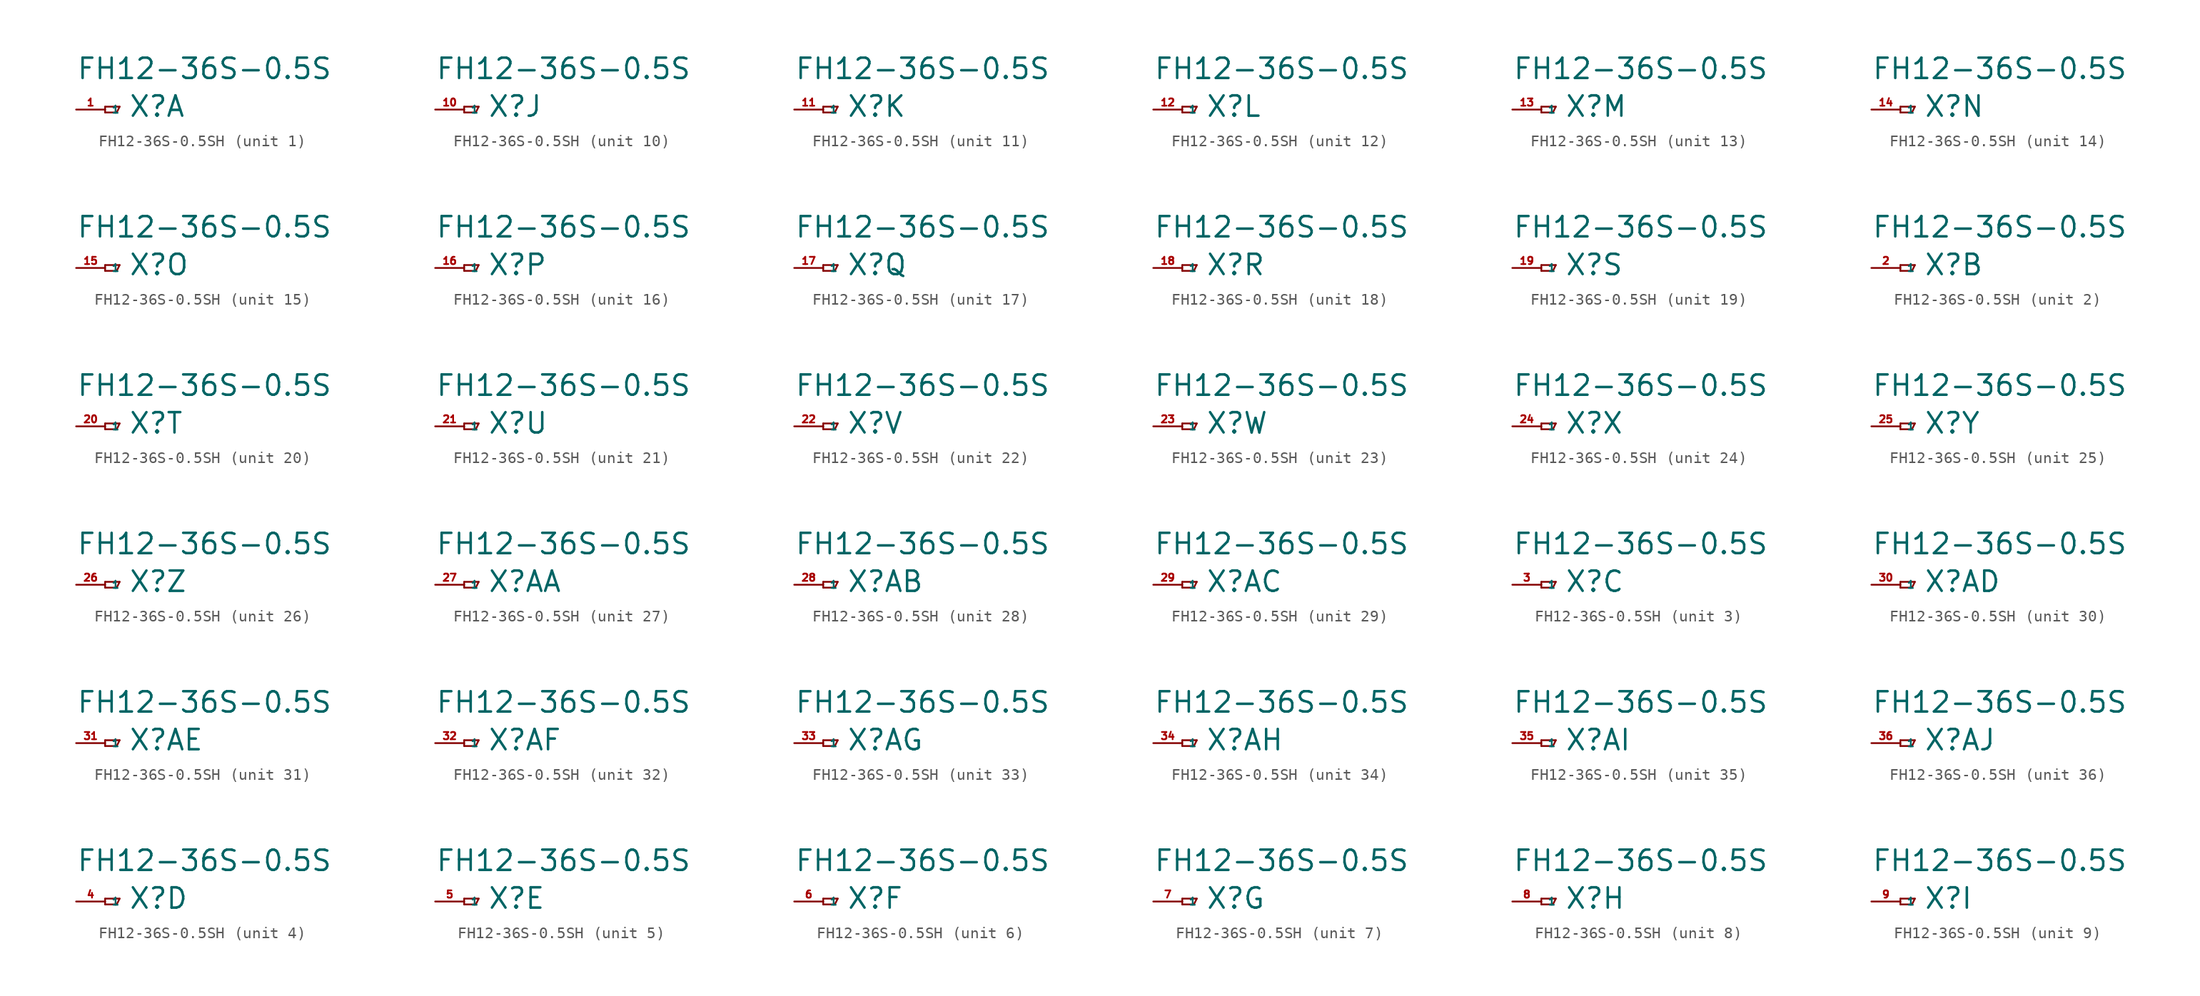
<source format=kicad_sym>
(kicad_symbol_lib
  (version 20220914)
  (generator Eagle2Kicad)
  (symbol "FH12-36S-0.5SH"
    (property "Reference" "X"
      (at 2.032 -0.762 0)
      (effects (font (size 1.778 1.778) (thickness 0.22)) (justify left bottom)))
    (property "Value" "FH12-36S-0.5S"
      (at -2.54 2.54 0)
      (effects (font (size 1.778 1.778) (thickness 0.22)) (justify left bottom)))
    (symbol "FH12-36S-0.5SH_1_0"
      (polyline (pts (xy 0 0.254) (xy 0 -0.254)) (stroke (width 0.152) (type default)) (fill (type none)))
      (polyline (pts (xy 0 -0.254) (xy 1.016 -0.254)) (stroke (width 0.152) (type default)) (fill (type none)))
      (polyline (pts (xy 1.016 -0.254) (xy 1.27 0.254)) (stroke (width 0.152) (type default)) (fill (type none)))
      (polyline (pts (xy 1.27 0.254) (xy 0 0.254)) (stroke (width 0.152) (type default)) (fill (type none)))
      (pin passive line (at -2.54 0 0) (length 2.54) (name "1" (effects (font (size 0.635 0.635) (thickness 0.08)) (justify left bottom))) (number "1" (effects (font (size 0.635 0.635) (thickness 0.08)) (justify left bottom)))))
    (symbol "FH12-36S-0.5SH_2_0"
      (polyline (pts (xy 0 0.254) (xy 0 -0.254)) (stroke (width 0.152) (type default)) (fill (type none)))
      (polyline (pts (xy 0 -0.254) (xy 1.016 -0.254)) (stroke (width 0.152) (type default)) (fill (type none)))
      (polyline (pts (xy 1.016 -0.254) (xy 1.27 0.254)) (stroke (width 0.152) (type default)) (fill (type none)))
      (polyline (pts (xy 1.27 0.254) (xy 0 0.254)) (stroke (width 0.152) (type default)) (fill (type none)))
      (pin passive line (at -2.54 0 0) (length 2.54) (name "1" (effects (font (size 0.635 0.635) (thickness 0.08)) (justify left bottom))) (number "2" (effects (font (size 0.635 0.635) (thickness 0.08)) (justify left bottom)))))
    (symbol "FH12-36S-0.5SH_3_0"
      (polyline (pts (xy 0 0.254) (xy 0 -0.254)) (stroke (width 0.152) (type default)) (fill (type none)))
      (polyline (pts (xy 0 -0.254) (xy 1.016 -0.254)) (stroke (width 0.152) (type default)) (fill (type none)))
      (polyline (pts (xy 1.016 -0.254) (xy 1.27 0.254)) (stroke (width 0.152) (type default)) (fill (type none)))
      (polyline (pts (xy 1.27 0.254) (xy 0 0.254)) (stroke (width 0.152) (type default)) (fill (type none)))
      (pin passive line (at -2.54 0 0) (length 2.54) (name "1" (effects (font (size 0.635 0.635) (thickness 0.08)) (justify left bottom))) (number "3" (effects (font (size 0.635 0.635) (thickness 0.08)) (justify left bottom)))))
    (symbol "FH12-36S-0.5SH_4_0"
      (polyline (pts (xy 0 0.254) (xy 0 -0.254)) (stroke (width 0.152) (type default)) (fill (type none)))
      (polyline (pts (xy 0 -0.254) (xy 1.016 -0.254)) (stroke (width 0.152) (type default)) (fill (type none)))
      (polyline (pts (xy 1.016 -0.254) (xy 1.27 0.254)) (stroke (width 0.152) (type default)) (fill (type none)))
      (polyline (pts (xy 1.27 0.254) (xy 0 0.254)) (stroke (width 0.152) (type default)) (fill (type none)))
      (pin passive line (at -2.54 0 0) (length 2.54) (name "1" (effects (font (size 0.635 0.635) (thickness 0.08)) (justify left bottom))) (number "4" (effects (font (size 0.635 0.635) (thickness 0.08)) (justify left bottom)))))
    (symbol "FH12-36S-0.5SH_5_0"
      (polyline (pts (xy 0 0.254) (xy 0 -0.254)) (stroke (width 0.152) (type default)) (fill (type none)))
      (polyline (pts (xy 0 -0.254) (xy 1.016 -0.254)) (stroke (width 0.152) (type default)) (fill (type none)))
      (polyline (pts (xy 1.016 -0.254) (xy 1.27 0.254)) (stroke (width 0.152) (type default)) (fill (type none)))
      (polyline (pts (xy 1.27 0.254) (xy 0 0.254)) (stroke (width 0.152) (type default)) (fill (type none)))
      (pin passive line (at -2.54 0 0) (length 2.54) (name "1" (effects (font (size 0.635 0.635) (thickness 0.08)) (justify left bottom))) (number "5" (effects (font (size 0.635 0.635) (thickness 0.08)) (justify left bottom)))))
    (symbol "FH12-36S-0.5SH_6_0"
      (polyline (pts (xy 0 0.254) (xy 0 -0.254)) (stroke (width 0.152) (type default)) (fill (type none)))
      (polyline (pts (xy 0 -0.254) (xy 1.016 -0.254)) (stroke (width 0.152) (type default)) (fill (type none)))
      (polyline (pts (xy 1.016 -0.254) (xy 1.27 0.254)) (stroke (width 0.152) (type default)) (fill (type none)))
      (polyline (pts (xy 1.27 0.254) (xy 0 0.254)) (stroke (width 0.152) (type default)) (fill (type none)))
      (pin passive line (at -2.54 0 0) (length 2.54) (name "1" (effects (font (size 0.635 0.635) (thickness 0.08)) (justify left bottom))) (number "6" (effects (font (size 0.635 0.635) (thickness 0.08)) (justify left bottom)))))
    (symbol "FH12-36S-0.5SH_7_0"
      (polyline (pts (xy 0 0.254) (xy 0 -0.254)) (stroke (width 0.152) (type default)) (fill (type none)))
      (polyline (pts (xy 0 -0.254) (xy 1.016 -0.254)) (stroke (width 0.152) (type default)) (fill (type none)))
      (polyline (pts (xy 1.016 -0.254) (xy 1.27 0.254)) (stroke (width 0.152) (type default)) (fill (type none)))
      (polyline (pts (xy 1.27 0.254) (xy 0 0.254)) (stroke (width 0.152) (type default)) (fill (type none)))
      (pin passive line (at -2.54 0 0) (length 2.54) (name "1" (effects (font (size 0.635 0.635) (thickness 0.08)) (justify left bottom))) (number "7" (effects (font (size 0.635 0.635) (thickness 0.08)) (justify left bottom)))))
    (symbol "FH12-36S-0.5SH_8_0"
      (polyline (pts (xy 0 0.254) (xy 0 -0.254)) (stroke (width 0.152) (type default)) (fill (type none)))
      (polyline (pts (xy 0 -0.254) (xy 1.016 -0.254)) (stroke (width 0.152) (type default)) (fill (type none)))
      (polyline (pts (xy 1.016 -0.254) (xy 1.27 0.254)) (stroke (width 0.152) (type default)) (fill (type none)))
      (polyline (pts (xy 1.27 0.254) (xy 0 0.254)) (stroke (width 0.152) (type default)) (fill (type none)))
      (pin passive line (at -2.54 0 0) (length 2.54) (name "1" (effects (font (size 0.635 0.635) (thickness 0.08)) (justify left bottom))) (number "8" (effects (font (size 0.635 0.635) (thickness 0.08)) (justify left bottom)))))
    (symbol "FH12-36S-0.5SH_9_0"
      (polyline (pts (xy 0 0.254) (xy 0 -0.254)) (stroke (width 0.152) (type default)) (fill (type none)))
      (polyline (pts (xy 0 -0.254) (xy 1.016 -0.254)) (stroke (width 0.152) (type default)) (fill (type none)))
      (polyline (pts (xy 1.016 -0.254) (xy 1.27 0.254)) (stroke (width 0.152) (type default)) (fill (type none)))
      (polyline (pts (xy 1.27 0.254) (xy 0 0.254)) (stroke (width 0.152) (type default)) (fill (type none)))
      (pin passive line (at -2.54 0 0) (length 2.54) (name "1" (effects (font (size 0.635 0.635) (thickness 0.08)) (justify left bottom))) (number "9" (effects (font (size 0.635 0.635) (thickness 0.08)) (justify left bottom)))))
    (symbol "FH12-36S-0.5SH_10_0"
      (polyline (pts (xy 0 0.254) (xy 0 -0.254)) (stroke (width 0.152) (type default)) (fill (type none)))
      (polyline (pts (xy 0 -0.254) (xy 1.016 -0.254)) (stroke (width 0.152) (type default)) (fill (type none)))
      (polyline (pts (xy 1.016 -0.254) (xy 1.27 0.254)) (stroke (width 0.152) (type default)) (fill (type none)))
      (polyline (pts (xy 1.27 0.254) (xy 0 0.254)) (stroke (width 0.152) (type default)) (fill (type none)))
      (pin passive line (at -2.54 0 0) (length 2.54) (name "1" (effects (font (size 0.635 0.635) (thickness 0.08)) (justify left bottom))) (number "10" (effects (font (size 0.635 0.635) (thickness 0.08)) (justify left bottom)))))
    (symbol "FH12-36S-0.5SH_11_0"
      (polyline (pts (xy 0 0.254) (xy 0 -0.254)) (stroke (width 0.152) (type default)) (fill (type none)))
      (polyline (pts (xy 0 -0.254) (xy 1.016 -0.254)) (stroke (width 0.152) (type default)) (fill (type none)))
      (polyline (pts (xy 1.016 -0.254) (xy 1.27 0.254)) (stroke (width 0.152) (type default)) (fill (type none)))
      (polyline (pts (xy 1.27 0.254) (xy 0 0.254)) (stroke (width 0.152) (type default)) (fill (type none)))
      (pin passive line (at -2.54 0 0) (length 2.54) (name "1" (effects (font (size 0.635 0.635) (thickness 0.08)) (justify left bottom))) (number "11" (effects (font (size 0.635 0.635) (thickness 0.08)) (justify left bottom)))))
    (symbol "FH12-36S-0.5SH_12_0"
      (polyline (pts (xy 0 0.254) (xy 0 -0.254)) (stroke (width 0.152) (type default)) (fill (type none)))
      (polyline (pts (xy 0 -0.254) (xy 1.016 -0.254)) (stroke (width 0.152) (type default)) (fill (type none)))
      (polyline (pts (xy 1.016 -0.254) (xy 1.27 0.254)) (stroke (width 0.152) (type default)) (fill (type none)))
      (polyline (pts (xy 1.27 0.254) (xy 0 0.254)) (stroke (width 0.152) (type default)) (fill (type none)))
      (pin passive line (at -2.54 0 0) (length 2.54) (name "1" (effects (font (size 0.635 0.635) (thickness 0.08)) (justify left bottom))) (number "12" (effects (font (size 0.635 0.635) (thickness 0.08)) (justify left bottom)))))
    (symbol "FH12-36S-0.5SH_13_0"
      (polyline (pts (xy 0 0.254) (xy 0 -0.254)) (stroke (width 0.152) (type default)) (fill (type none)))
      (polyline (pts (xy 0 -0.254) (xy 1.016 -0.254)) (stroke (width 0.152) (type default)) (fill (type none)))
      (polyline (pts (xy 1.016 -0.254) (xy 1.27 0.254)) (stroke (width 0.152) (type default)) (fill (type none)))
      (polyline (pts (xy 1.27 0.254) (xy 0 0.254)) (stroke (width 0.152) (type default)) (fill (type none)))
      (pin passive line (at -2.54 0 0) (length 2.54) (name "1" (effects (font (size 0.635 0.635) (thickness 0.08)) (justify left bottom))) (number "13" (effects (font (size 0.635 0.635) (thickness 0.08)) (justify left bottom)))))
    (symbol "FH12-36S-0.5SH_14_0"
      (polyline (pts (xy 0 0.254) (xy 0 -0.254)) (stroke (width 0.152) (type default)) (fill (type none)))
      (polyline (pts (xy 0 -0.254) (xy 1.016 -0.254)) (stroke (width 0.152) (type default)) (fill (type none)))
      (polyline (pts (xy 1.016 -0.254) (xy 1.27 0.254)) (stroke (width 0.152) (type default)) (fill (type none)))
      (polyline (pts (xy 1.27 0.254) (xy 0 0.254)) (stroke (width 0.152) (type default)) (fill (type none)))
      (pin passive line (at -2.54 0 0) (length 2.54) (name "1" (effects (font (size 0.635 0.635) (thickness 0.08)) (justify left bottom))) (number "14" (effects (font (size 0.635 0.635) (thickness 0.08)) (justify left bottom)))))
    (symbol "FH12-36S-0.5SH_15_0"
      (polyline (pts (xy 0 0.254) (xy 0 -0.254)) (stroke (width 0.152) (type default)) (fill (type none)))
      (polyline (pts (xy 0 -0.254) (xy 1.016 -0.254)) (stroke (width 0.152) (type default)) (fill (type none)))
      (polyline (pts (xy 1.016 -0.254) (xy 1.27 0.254)) (stroke (width 0.152) (type default)) (fill (type none)))
      (polyline (pts (xy 1.27 0.254) (xy 0 0.254)) (stroke (width 0.152) (type default)) (fill (type none)))
      (pin passive line (at -2.54 0 0) (length 2.54) (name "1" (effects (font (size 0.635 0.635) (thickness 0.08)) (justify left bottom))) (number "15" (effects (font (size 0.635 0.635) (thickness 0.08)) (justify left bottom)))))
    (symbol "FH12-36S-0.5SH_16_0"
      (polyline (pts (xy 0 0.254) (xy 0 -0.254)) (stroke (width 0.152) (type default)) (fill (type none)))
      (polyline (pts (xy 0 -0.254) (xy 1.016 -0.254)) (stroke (width 0.152) (type default)) (fill (type none)))
      (polyline (pts (xy 1.016 -0.254) (xy 1.27 0.254)) (stroke (width 0.152) (type default)) (fill (type none)))
      (polyline (pts (xy 1.27 0.254) (xy 0 0.254)) (stroke (width 0.152) (type default)) (fill (type none)))
      (pin passive line (at -2.54 0 0) (length 2.54) (name "1" (effects (font (size 0.635 0.635) (thickness 0.08)) (justify left bottom))) (number "16" (effects (font (size 0.635 0.635) (thickness 0.08)) (justify left bottom)))))
    (symbol "FH12-36S-0.5SH_17_0"
      (polyline (pts (xy 0 0.254) (xy 0 -0.254)) (stroke (width 0.152) (type default)) (fill (type none)))
      (polyline (pts (xy 0 -0.254) (xy 1.016 -0.254)) (stroke (width 0.152) (type default)) (fill (type none)))
      (polyline (pts (xy 1.016 -0.254) (xy 1.27 0.254)) (stroke (width 0.152) (type default)) (fill (type none)))
      (polyline (pts (xy 1.27 0.254) (xy 0 0.254)) (stroke (width 0.152) (type default)) (fill (type none)))
      (pin passive line (at -2.54 0 0) (length 2.54) (name "1" (effects (font (size 0.635 0.635) (thickness 0.08)) (justify left bottom))) (number "17" (effects (font (size 0.635 0.635) (thickness 0.08)) (justify left bottom)))))
    (symbol "FH12-36S-0.5SH_18_0"
      (polyline (pts (xy 0 0.254) (xy 0 -0.254)) (stroke (width 0.152) (type default)) (fill (type none)))
      (polyline (pts (xy 0 -0.254) (xy 1.016 -0.254)) (stroke (width 0.152) (type default)) (fill (type none)))
      (polyline (pts (xy 1.016 -0.254) (xy 1.27 0.254)) (stroke (width 0.152) (type default)) (fill (type none)))
      (polyline (pts (xy 1.27 0.254) (xy 0 0.254)) (stroke (width 0.152) (type default)) (fill (type none)))
      (pin passive line (at -2.54 0 0) (length 2.54) (name "1" (effects (font (size 0.635 0.635) (thickness 0.08)) (justify left bottom))) (number "18" (effects (font (size 0.635 0.635) (thickness 0.08)) (justify left bottom)))))
    (symbol "FH12-36S-0.5SH_19_0"
      (polyline (pts (xy 0 0.254) (xy 0 -0.254)) (stroke (width 0.152) (type default)) (fill (type none)))
      (polyline (pts (xy 0 -0.254) (xy 1.016 -0.254)) (stroke (width 0.152) (type default)) (fill (type none)))
      (polyline (pts (xy 1.016 -0.254) (xy 1.27 0.254)) (stroke (width 0.152) (type default)) (fill (type none)))
      (polyline (pts (xy 1.27 0.254) (xy 0 0.254)) (stroke (width 0.152) (type default)) (fill (type none)))
      (pin passive line (at -2.54 0 0) (length 2.54) (name "1" (effects (font (size 0.635 0.635) (thickness 0.08)) (justify left bottom))) (number "19" (effects (font (size 0.635 0.635) (thickness 0.08)) (justify left bottom)))))
    (symbol "FH12-36S-0.5SH_20_0"
      (polyline (pts (xy 0 0.254) (xy 0 -0.254)) (stroke (width 0.152) (type default)) (fill (type none)))
      (polyline (pts (xy 0 -0.254) (xy 1.016 -0.254)) (stroke (width 0.152) (type default)) (fill (type none)))
      (polyline (pts (xy 1.016 -0.254) (xy 1.27 0.254)) (stroke (width 0.152) (type default)) (fill (type none)))
      (polyline (pts (xy 1.27 0.254) (xy 0 0.254)) (stroke (width 0.152) (type default)) (fill (type none)))
      (pin passive line (at -2.54 0 0) (length 2.54) (name "1" (effects (font (size 0.635 0.635) (thickness 0.08)) (justify left bottom))) (number "20" (effects (font (size 0.635 0.635) (thickness 0.08)) (justify left bottom)))))
    (symbol "FH12-36S-0.5SH_21_0"
      (polyline (pts (xy 0 0.254) (xy 0 -0.254)) (stroke (width 0.152) (type default)) (fill (type none)))
      (polyline (pts (xy 0 -0.254) (xy 1.016 -0.254)) (stroke (width 0.152) (type default)) (fill (type none)))
      (polyline (pts (xy 1.016 -0.254) (xy 1.27 0.254)) (stroke (width 0.152) (type default)) (fill (type none)))
      (polyline (pts (xy 1.27 0.254) (xy 0 0.254)) (stroke (width 0.152) (type default)) (fill (type none)))
      (pin passive line (at -2.54 0 0) (length 2.54) (name "1" (effects (font (size 0.635 0.635) (thickness 0.08)) (justify left bottom))) (number "21" (effects (font (size 0.635 0.635) (thickness 0.08)) (justify left bottom)))))
    (symbol "FH12-36S-0.5SH_22_0"
      (polyline (pts (xy 0 0.254) (xy 0 -0.254)) (stroke (width 0.152) (type default)) (fill (type none)))
      (polyline (pts (xy 0 -0.254) (xy 1.016 -0.254)) (stroke (width 0.152) (type default)) (fill (type none)))
      (polyline (pts (xy 1.016 -0.254) (xy 1.27 0.254)) (stroke (width 0.152) (type default)) (fill (type none)))
      (polyline (pts (xy 1.27 0.254) (xy 0 0.254)) (stroke (width 0.152) (type default)) (fill (type none)))
      (pin passive line (at -2.54 0 0) (length 2.54) (name "1" (effects (font (size 0.635 0.635) (thickness 0.08)) (justify left bottom))) (number "22" (effects (font (size 0.635 0.635) (thickness 0.08)) (justify left bottom)))))
    (symbol "FH12-36S-0.5SH_23_0"
      (polyline (pts (xy 0 0.254) (xy 0 -0.254)) (stroke (width 0.152) (type default)) (fill (type none)))
      (polyline (pts (xy 0 -0.254) (xy 1.016 -0.254)) (stroke (width 0.152) (type default)) (fill (type none)))
      (polyline (pts (xy 1.016 -0.254) (xy 1.27 0.254)) (stroke (width 0.152) (type default)) (fill (type none)))
      (polyline (pts (xy 1.27 0.254) (xy 0 0.254)) (stroke (width 0.152) (type default)) (fill (type none)))
      (pin passive line (at -2.54 0 0) (length 2.54) (name "1" (effects (font (size 0.635 0.635) (thickness 0.08)) (justify left bottom))) (number "23" (effects (font (size 0.635 0.635) (thickness 0.08)) (justify left bottom)))))
    (symbol "FH12-36S-0.5SH_24_0"
      (polyline (pts (xy 0 0.254) (xy 0 -0.254)) (stroke (width 0.152) (type default)) (fill (type none)))
      (polyline (pts (xy 0 -0.254) (xy 1.016 -0.254)) (stroke (width 0.152) (type default)) (fill (type none)))
      (polyline (pts (xy 1.016 -0.254) (xy 1.27 0.254)) (stroke (width 0.152) (type default)) (fill (type none)))
      (polyline (pts (xy 1.27 0.254) (xy 0 0.254)) (stroke (width 0.152) (type default)) (fill (type none)))
      (pin passive line (at -2.54 0 0) (length 2.54) (name "1" (effects (font (size 0.635 0.635) (thickness 0.08)) (justify left bottom))) (number "24" (effects (font (size 0.635 0.635) (thickness 0.08)) (justify left bottom)))))
    (symbol "FH12-36S-0.5SH_25_0"
      (polyline (pts (xy 0 0.254) (xy 0 -0.254)) (stroke (width 0.152) (type default)) (fill (type none)))
      (polyline (pts (xy 0 -0.254) (xy 1.016 -0.254)) (stroke (width 0.152) (type default)) (fill (type none)))
      (polyline (pts (xy 1.016 -0.254) (xy 1.27 0.254)) (stroke (width 0.152) (type default)) (fill (type none)))
      (polyline (pts (xy 1.27 0.254) (xy 0 0.254)) (stroke (width 0.152) (type default)) (fill (type none)))
      (pin passive line (at -2.54 0 0) (length 2.54) (name "1" (effects (font (size 0.635 0.635) (thickness 0.08)) (justify left bottom))) (number "25" (effects (font (size 0.635 0.635) (thickness 0.08)) (justify left bottom)))))
    (symbol "FH12-36S-0.5SH_26_0"
      (polyline (pts (xy 0 0.254) (xy 0 -0.254)) (stroke (width 0.152) (type default)) (fill (type none)))
      (polyline (pts (xy 0 -0.254) (xy 1.016 -0.254)) (stroke (width 0.152) (type default)) (fill (type none)))
      (polyline (pts (xy 1.016 -0.254) (xy 1.27 0.254)) (stroke (width 0.152) (type default)) (fill (type none)))
      (polyline (pts (xy 1.27 0.254) (xy 0 0.254)) (stroke (width 0.152) (type default)) (fill (type none)))
      (pin passive line (at -2.54 0 0) (length 2.54) (name "1" (effects (font (size 0.635 0.635) (thickness 0.08)) (justify left bottom))) (number "26" (effects (font (size 0.635 0.635) (thickness 0.08)) (justify left bottom)))))
    (symbol "FH12-36S-0.5SH_27_0"
      (polyline (pts (xy 0 0.254) (xy 0 -0.254)) (stroke (width 0.152) (type default)) (fill (type none)))
      (polyline (pts (xy 0 -0.254) (xy 1.016 -0.254)) (stroke (width 0.152) (type default)) (fill (type none)))
      (polyline (pts (xy 1.016 -0.254) (xy 1.27 0.254)) (stroke (width 0.152) (type default)) (fill (type none)))
      (polyline (pts (xy 1.27 0.254) (xy 0 0.254)) (stroke (width 0.152) (type default)) (fill (type none)))
      (pin passive line (at -2.54 0 0) (length 2.54) (name "1" (effects (font (size 0.635 0.635) (thickness 0.08)) (justify left bottom))) (number "27" (effects (font (size 0.635 0.635) (thickness 0.08)) (justify left bottom)))))
    (symbol "FH12-36S-0.5SH_28_0"
      (polyline (pts (xy 0 0.254) (xy 0 -0.254)) (stroke (width 0.152) (type default)) (fill (type none)))
      (polyline (pts (xy 0 -0.254) (xy 1.016 -0.254)) (stroke (width 0.152) (type default)) (fill (type none)))
      (polyline (pts (xy 1.016 -0.254) (xy 1.27 0.254)) (stroke (width 0.152) (type default)) (fill (type none)))
      (polyline (pts (xy 1.27 0.254) (xy 0 0.254)) (stroke (width 0.152) (type default)) (fill (type none)))
      (pin passive line (at -2.54 0 0) (length 2.54) (name "1" (effects (font (size 0.635 0.635) (thickness 0.08)) (justify left bottom))) (number "28" (effects (font (size 0.635 0.635) (thickness 0.08)) (justify left bottom)))))
    (symbol "FH12-36S-0.5SH_29_0"
      (polyline (pts (xy 0 0.254) (xy 0 -0.254)) (stroke (width 0.152) (type default)) (fill (type none)))
      (polyline (pts (xy 0 -0.254) (xy 1.016 -0.254)) (stroke (width 0.152) (type default)) (fill (type none)))
      (polyline (pts (xy 1.016 -0.254) (xy 1.27 0.254)) (stroke (width 0.152) (type default)) (fill (type none)))
      (polyline (pts (xy 1.27 0.254) (xy 0 0.254)) (stroke (width 0.152) (type default)) (fill (type none)))
      (pin passive line (at -2.54 0 0) (length 2.54) (name "1" (effects (font (size 0.635 0.635) (thickness 0.08)) (justify left bottom))) (number "29" (effects (font (size 0.635 0.635) (thickness 0.08)) (justify left bottom)))))
    (symbol "FH12-36S-0.5SH_30_0"
      (polyline (pts (xy 0 0.254) (xy 0 -0.254)) (stroke (width 0.152) (type default)) (fill (type none)))
      (polyline (pts (xy 0 -0.254) (xy 1.016 -0.254)) (stroke (width 0.152) (type default)) (fill (type none)))
      (polyline (pts (xy 1.016 -0.254) (xy 1.27 0.254)) (stroke (width 0.152) (type default)) (fill (type none)))
      (polyline (pts (xy 1.27 0.254) (xy 0 0.254)) (stroke (width 0.152) (type default)) (fill (type none)))
      (pin passive line (at -2.54 0 0) (length 2.54) (name "1" (effects (font (size 0.635 0.635) (thickness 0.08)) (justify left bottom))) (number "30" (effects (font (size 0.635 0.635) (thickness 0.08)) (justify left bottom)))))
    (symbol "FH12-36S-0.5SH_31_0"
      (polyline (pts (xy 0 0.254) (xy 0 -0.254)) (stroke (width 0.152) (type default)) (fill (type none)))
      (polyline (pts (xy 0 -0.254) (xy 1.016 -0.254)) (stroke (width 0.152) (type default)) (fill (type none)))
      (polyline (pts (xy 1.016 -0.254) (xy 1.27 0.254)) (stroke (width 0.152) (type default)) (fill (type none)))
      (polyline (pts (xy 1.27 0.254) (xy 0 0.254)) (stroke (width 0.152) (type default)) (fill (type none)))
      (pin passive line (at -2.54 0 0) (length 2.54) (name "1" (effects (font (size 0.635 0.635) (thickness 0.08)) (justify left bottom))) (number "31" (effects (font (size 0.635 0.635) (thickness 0.08)) (justify left bottom)))))
    (symbol "FH12-36S-0.5SH_32_0"
      (polyline (pts (xy 0 0.254) (xy 0 -0.254)) (stroke (width 0.152) (type default)) (fill (type none)))
      (polyline (pts (xy 0 -0.254) (xy 1.016 -0.254)) (stroke (width 0.152) (type default)) (fill (type none)))
      (polyline (pts (xy 1.016 -0.254) (xy 1.27 0.254)) (stroke (width 0.152) (type default)) (fill (type none)))
      (polyline (pts (xy 1.27 0.254) (xy 0 0.254)) (stroke (width 0.152) (type default)) (fill (type none)))
      (pin passive line (at -2.54 0 0) (length 2.54) (name "1" (effects (font (size 0.635 0.635) (thickness 0.08)) (justify left bottom))) (number "32" (effects (font (size 0.635 0.635) (thickness 0.08)) (justify left bottom)))))
    (symbol "FH12-36S-0.5SH_33_0"
      (polyline (pts (xy 0 0.254) (xy 0 -0.254)) (stroke (width 0.152) (type default)) (fill (type none)))
      (polyline (pts (xy 0 -0.254) (xy 1.016 -0.254)) (stroke (width 0.152) (type default)) (fill (type none)))
      (polyline (pts (xy 1.016 -0.254) (xy 1.27 0.254)) (stroke (width 0.152) (type default)) (fill (type none)))
      (polyline (pts (xy 1.27 0.254) (xy 0 0.254)) (stroke (width 0.152) (type default)) (fill (type none)))
      (pin passive line (at -2.54 0 0) (length 2.54) (name "1" (effects (font (size 0.635 0.635) (thickness 0.08)) (justify left bottom))) (number "33" (effects (font (size 0.635 0.635) (thickness 0.08)) (justify left bottom)))))
    (symbol "FH12-36S-0.5SH_34_0"
      (polyline (pts (xy 0 0.254) (xy 0 -0.254)) (stroke (width 0.152) (type default)) (fill (type none)))
      (polyline (pts (xy 0 -0.254) (xy 1.016 -0.254)) (stroke (width 0.152) (type default)) (fill (type none)))
      (polyline (pts (xy 1.016 -0.254) (xy 1.27 0.254)) (stroke (width 0.152) (type default)) (fill (type none)))
      (polyline (pts (xy 1.27 0.254) (xy 0 0.254)) (stroke (width 0.152) (type default)) (fill (type none)))
      (pin passive line (at -2.54 0 0) (length 2.54) (name "1" (effects (font (size 0.635 0.635) (thickness 0.08)) (justify left bottom))) (number "34" (effects (font (size 0.635 0.635) (thickness 0.08)) (justify left bottom)))))
    (symbol "FH12-36S-0.5SH_35_0"
      (polyline (pts (xy 0 0.254) (xy 0 -0.254)) (stroke (width 0.152) (type default)) (fill (type none)))
      (polyline (pts (xy 0 -0.254) (xy 1.016 -0.254)) (stroke (width 0.152) (type default)) (fill (type none)))
      (polyline (pts (xy 1.016 -0.254) (xy 1.27 0.254)) (stroke (width 0.152) (type default)) (fill (type none)))
      (polyline (pts (xy 1.27 0.254) (xy 0 0.254)) (stroke (width 0.152) (type default)) (fill (type none)))
      (pin passive line (at -2.54 0 0) (length 2.54) (name "1" (effects (font (size 0.635 0.635) (thickness 0.08)) (justify left bottom))) (number "35" (effects (font (size 0.635 0.635) (thickness 0.08)) (justify left bottom)))))
    (symbol "FH12-36S-0.5SH_36_0"
      (polyline (pts (xy 0 0.254) (xy 0 -0.254)) (stroke (width 0.152) (type default)) (fill (type none)))
      (polyline (pts (xy 0 -0.254) (xy 1.016 -0.254)) (stroke (width 0.152) (type default)) (fill (type none)))
      (polyline (pts (xy 1.016 -0.254) (xy 1.27 0.254)) (stroke (width 0.152) (type default)) (fill (type none)))
      (polyline (pts (xy 1.27 0.254) (xy 0 0.254)) (stroke (width 0.152) (type default)) (fill (type none)))
      (pin passive line (at -2.54 0 0) (length 2.54) (name "1" (effects (font (size 0.635 0.635) (thickness 0.08)) (justify left bottom))) (number "36" (effects (font (size 0.635 0.635) (thickness 0.08)) (justify left bottom)))))))
</source>
